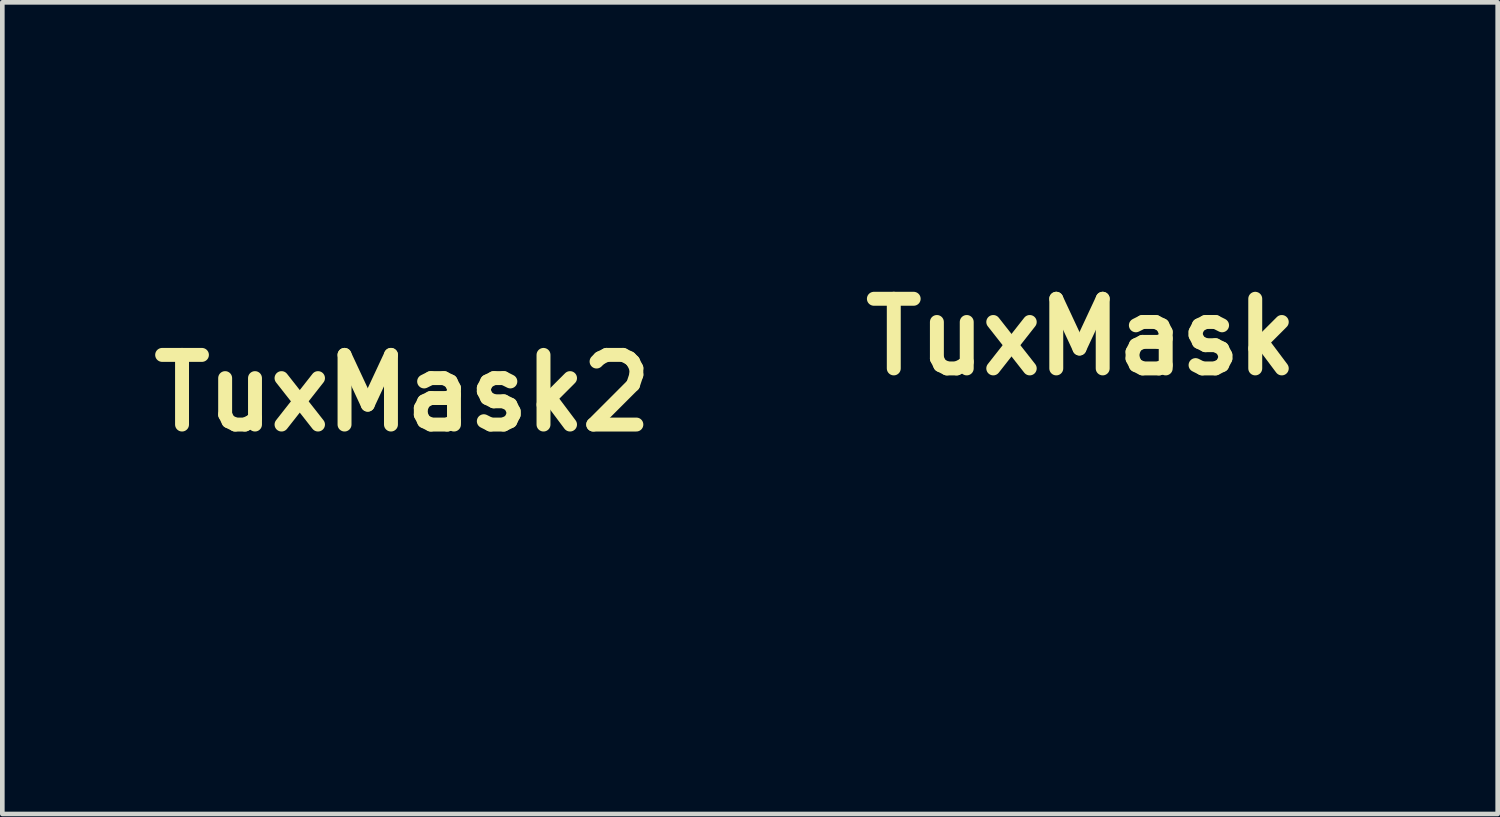
<source format=kicad_pcb>
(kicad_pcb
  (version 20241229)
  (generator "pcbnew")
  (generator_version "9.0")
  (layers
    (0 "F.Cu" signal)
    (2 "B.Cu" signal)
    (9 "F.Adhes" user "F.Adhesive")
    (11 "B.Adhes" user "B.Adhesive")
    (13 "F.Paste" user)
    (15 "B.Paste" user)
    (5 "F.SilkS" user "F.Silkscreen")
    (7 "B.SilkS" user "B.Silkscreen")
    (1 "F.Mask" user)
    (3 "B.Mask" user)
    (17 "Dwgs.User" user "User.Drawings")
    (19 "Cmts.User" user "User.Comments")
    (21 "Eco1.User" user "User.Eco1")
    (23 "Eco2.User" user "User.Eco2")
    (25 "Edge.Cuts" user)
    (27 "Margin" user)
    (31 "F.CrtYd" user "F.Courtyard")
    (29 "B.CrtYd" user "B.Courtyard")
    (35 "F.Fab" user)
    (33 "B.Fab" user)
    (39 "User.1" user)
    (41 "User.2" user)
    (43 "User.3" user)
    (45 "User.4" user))
  (footprint "TuxMask"
    (layer "F.Cu")
    (at 20.237 4.207)
    (property "Reference" "TuxMask" (at 0 0 0) (layer "F.SilkS") (effects (font (size 1.5 1.5) (thickness 0.3))))
    (attr board_only exclude_from_pos_files exclude_from_bom)
    (fp_poly (pts (xy -0.371 -4.206) (xy -0.335 -4.204) (xy -0.207 -4.194) (xy -0.089 -4.173) (xy 0.026 -4.137) (xy 0.149 -4.084) (xy 0.289 -4.01) (xy 0.317 -3.994) (xy 0.41 -3.944) (xy 0.51 -3.894) (xy 0.601 -3.852) (xy 0.647 -3.834) (xy 0.81 -3.772) (xy 0.941 -3.72) (xy 1.046 -3.677) (xy 1.127 -3.639) (xy 1.19 -3.604) (xy 1.237 -3.571) (xy 1.274 -3.537) (xy 1.304 -3.5) (xy 1.325 -3.468) (xy 1.361 -3.378) (xy 1.369 -3.274) (xy 1.349 -3.166) (xy 1.325 -3.105) (xy 1.248 -2.987) (xy 1.138 -2.875) (xy 1 -2.774) (xy 0.838 -2.688) (xy 0.742 -2.648) (xy 0.669 -2.616) (xy 0.574 -2.57) (xy 0.469 -2.515) (xy 0.366 -2.457) (xy 0.338 -2.44) (xy 0.211 -2.366) (xy 0.108 -2.309) (xy 0.022 -2.268) (xy -0.055 -2.24) (xy -0.131 -2.221) (xy -0.211 -2.211) (xy -0.305 -2.205) (xy -0.335 -2.204) (xy -0.468 -2.203) (xy -0.566 -2.21) (xy -0.624 -2.222) (xy -0.715 -2.258) (xy -0.801 -2.304) (xy -0.892 -2.366) (xy -0.995 -2.449) (xy -1.019 -2.47) (xy -1.101 -2.538) (xy -1.189 -2.607) (xy -1.27 -2.667) (xy -1.313 -2.697) (xy -1.419 -2.768) (xy -1.499 -2.827) (xy -1.56 -2.882) (xy -1.611 -2.939) (xy -1.657 -3.003) (xy -1.717 -3.109) (xy -1.743 -3.206) (xy -1.737 -3.299) (xy -1.721 -3.349) (xy -1.704 -3.385) (xy -1.678 -3.42) (xy -1.638 -3.46) (xy -1.58 -3.51) (xy -1.497 -3.574) (xy -1.464 -3.599) (xy -1.373 -3.668) (xy -1.283 -3.74) (xy -1.201 -3.806) (xy -1.138 -3.86) (xy -1.127 -3.87) (xy -0.989 -3.983) (xy -0.848 -4.077) (xy -0.712 -4.148) (xy -0.651 -4.172) (xy -0.587 -4.191) (xy -0.527 -4.202) (xy -0.459 -4.207)) (stroke (width 0) (type solid)) (fill yes) (layer "F.Mask"))
    (fp_poly (pts (xy -3.89 2.756) (xy -3.778 2.787) (xy -3.67 2.842) (xy -3.56 2.925) (xy -3.454 3.024) (xy -3.414 3.066) (xy -3.378 3.105) (xy -3.345 3.145) (xy -3.312 3.191) (xy -3.275 3.246) (xy -3.234 3.315) (xy -3.184 3.402) (xy -3.123 3.51) (xy -3.05 3.645) (xy -2.991 3.752) (xy -2.892 3.934) (xy -2.807 4.088) (xy -2.733 4.219) (xy -2.667 4.332) (xy -2.606 4.431) (xy -2.546 4.523) (xy -2.485 4.611) (xy -2.42 4.7) (xy -2.346 4.797) (xy -2.262 4.905) (xy -2.208 4.972) (xy -2.038 5.19) (xy -1.895 5.385) (xy -1.776 5.559) (xy -1.68 5.715) (xy -1.607 5.853) (xy -1.555 5.977) (xy -1.523 6.089) (xy -1.509 6.191) (xy -1.509 6.219) (xy -1.517 6.308) (xy -1.537 6.415) (xy -1.567 6.524) (xy -1.601 6.619) (xy -1.612 6.643) (xy -1.695 6.772) (xy -1.808 6.883) (xy -1.947 6.973) (xy -2.108 7.043) (xy -2.287 7.089) (xy -2.481 7.112) (xy -2.687 7.109) (xy -2.765 7.101) (xy -2.972 7.065) (xy -3.189 7.006) (xy -3.419 6.923) (xy -3.668 6.815) (xy -3.803 6.754) (xy -3.924 6.702) (xy -4.039 6.659) (xy -4.153 6.622) (xy -4.273 6.591) (xy -4.403 6.563) (xy -4.552 6.538) (xy -4.723 6.512) (xy -4.925 6.486) (xy -4.98 6.479) (xy -5.195 6.451) (xy -5.376 6.423) (xy -5.525 6.395) (xy -5.648 6.365) (xy -5.745 6.332) (xy -5.822 6.295) (xy -5.881 6.252) (xy -5.924 6.203) (xy -5.956 6.146) (xy -5.969 6.114) (xy -5.992 6.01) (xy -5.995 5.885) (xy -5.976 5.735) (xy -5.936 5.559) (xy -5.893 5.413) (xy -5.869 5.322) (xy -5.854 5.23) (xy -5.848 5.129) (xy -5.853 5.013) (xy -5.866 4.874) (xy -5.886 4.727) (xy -5.909 4.542) (xy -5.918 4.389) (xy -5.913 4.264) (xy -5.893 4.164) (xy -5.869 4.102) (xy -5.822 4.022) (xy -5.769 3.956) (xy -5.702 3.898) (xy -5.618 3.846) (xy -5.509 3.796) (xy -5.371 3.742) (xy -5.331 3.728) (xy -5.208 3.683) (xy -5.109 3.642) (xy -5.026 3.598) (xy -4.952 3.548) (xy -4.883 3.487) (xy -4.81 3.409) (xy -4.729 3.309) (xy -4.646 3.202) (xy -4.542 3.069) (xy -4.454 2.965) (xy -4.377 2.885) (xy -4.308 2.826) (xy -4.241 2.787) (xy -4.172 2.762) (xy -4.097 2.75) (xy -4.013 2.747)) (stroke (width 0) (type solid)) (fill yes) (layer "F.Mask"))
    (fp_poly (pts (xy 2.729 2.723) (xy 2.737 2.745) (xy 2.747 2.793) (xy 2.757 2.847) (xy 2.799 3.02) (xy 2.864 3.178) (xy 2.95 3.317) (xy 3.053 3.432) (xy 3.17 3.518) (xy 3.218 3.543) (xy 3.335 3.575) (xy 3.47 3.58) (xy 3.619 3.559) (xy 3.776 3.514) (xy 3.937 3.445) (xy 4.097 3.355) (xy 4.251 3.246) (xy 4.321 3.187) (xy 4.434 3.087) (xy 4.633 3.095) (xy 4.764 3.104) (xy 4.867 3.124) (xy 4.953 3.157) (xy 5.03 3.207) (xy 5.078 3.246) (xy 5.127 3.299) (xy 5.172 3.364) (xy 5.212 3.446) (xy 5.252 3.55) (xy 5.292 3.681) (xy 5.335 3.844) (xy 5.335 3.848) (xy 5.374 3.997) (xy 5.408 4.116) (xy 5.441 4.212) (xy 5.476 4.292) (xy 5.516 4.363) (xy 5.564 4.432) (xy 5.622 4.505) (xy 5.624 4.506) (xy 5.755 4.672) (xy 5.855 4.82) (xy 5.924 4.953) (xy 5.962 5.071) (xy 5.971 5.177) (xy 5.951 5.272) (xy 5.913 5.344) (xy 5.879 5.386) (xy 5.835 5.428) (xy 5.776 5.474) (xy 5.699 5.524) (xy 5.602 5.581) (xy 5.479 5.647) (xy 5.328 5.725) (xy 5.222 5.778) (xy 5.017 5.883) (xy 4.842 5.978) (xy 4.692 6.066) (xy 4.563 6.15) (xy 4.45 6.233) (xy 4.348 6.319) (xy 4.253 6.409) (xy 4.236 6.427) (xy 4.115 6.552) (xy 4.016 6.653) (xy 3.933 6.734) (xy 3.864 6.8) (xy 3.804 6.853) (xy 3.749 6.898) (xy 3.695 6.938) (xy 3.682 6.948) (xy 3.515 7.054) (xy 3.34 7.145) (xy 3.169 7.215) (xy 3.138 7.225) (xy 3.031 7.25) (xy 2.906 7.267) (xy 2.775 7.276) (xy 2.65 7.274) (xy 2.542 7.263) (xy 2.497 7.253) (xy 2.322 7.185) (xy 2.165 7.085) (xy 2.028 6.956) (xy 1.917 6.802) (xy 1.902 6.776) (xy 1.857 6.684) (xy 1.823 6.589) (xy 1.801 6.489) (xy 1.791 6.379) (xy 1.793 6.256) (xy 1.807 6.117) (xy 1.835 5.957) (xy 1.875 5.774) (xy 1.928 5.564) (xy 1.995 5.322) (xy 2 5.305) (xy 2.049 5.131) (xy 2.089 4.985) (xy 2.121 4.862) (xy 2.145 4.755) (xy 2.163 4.658) (xy 2.177 4.564) (xy 2.187 4.467) (xy 2.195 4.359) (xy 2.199 4.302) (xy 2.217 4.037) (xy 2.239 3.806) (xy 2.264 3.606) (xy 2.294 3.433) (xy 2.33 3.284) (xy 2.371 3.155) (xy 2.42 3.044) (xy 2.476 2.946) (xy 2.504 2.906) (xy 2.546 2.856) (xy 2.596 2.807) (xy 2.647 2.764) (xy 2.692 2.733) (xy 2.722 2.721)) (stroke (width 0) (type solid)) (fill yes) (layer "F.Mask")))
  (footprint "TuxMask2"
    (layer "F.Cu")
    (at 5.621 5.416)
    (property "Reference" "TuxMask2" (at 0 0 0) (layer "F.SilkS") (effects (font (size 1.5 1.5) (thickness 0.3))))
    (attr board_only exclude_from_pos_files exclude_from_bom)
    (fp_poly (pts (xy -1.093 -5.256) (xy -1.048 -5.239) (xy -0.944 -5.17) (xy -0.852 -5.071) (xy -0.773 -4.947) (xy -0.712 -4.804) (xy -0.671 -4.647) (xy -0.653 -4.482) (xy -0.652 -4.442) (xy -0.652 -4.292) (xy -0.795 -4.227) (xy -0.861 -4.197) (xy -0.914 -4.173) (xy -0.945 -4.159) (xy -0.948 -4.157) (xy -0.954 -4.172) (xy -0.959 -4.215) (xy -0.963 -4.276) (xy -0.963 -4.278) (xy -0.978 -4.409) (xy -1.012 -4.524) (xy -1.062 -4.618) (xy -1.127 -4.685) (xy -1.17 -4.71) (xy -1.236 -4.719) (xy -1.3 -4.693) (xy -1.358 -4.635) (xy -1.382 -4.595) (xy -1.411 -4.514) (xy -1.425 -4.411) (xy -1.427 -4.297) (xy -1.415 -4.185) (xy -1.39 -4.088) (xy -1.381 -4.066) (xy -1.35 -4.006) (xy -1.318 -3.956) (xy -1.302 -3.937) (xy -1.275 -3.908) (xy -1.266 -3.891) (xy -1.28 -3.874) (xy -1.314 -3.844) (xy -1.359 -3.808) (xy -1.405 -3.774) (xy -1.442 -3.75) (xy -1.458 -3.743) (xy -1.475 -3.756) (xy -1.506 -3.788) (xy -1.519 -3.803) (xy -1.597 -3.919) (xy -1.659 -4.061) (xy -1.704 -4.221) (xy -1.728 -4.388) (xy -1.732 -4.478) (xy -1.719 -4.659) (xy -1.685 -4.824) (xy -1.63 -4.97) (xy -1.557 -5.092) (xy -1.466 -5.187) (xy -1.392 -5.235) (xy -1.3 -5.265) (xy -1.194 -5.272)) (stroke (width 0) (type solid)) (fill yes) (layer "F.Mask"))
    (fp_poly (pts (xy 0.699 -5.414) (xy 0.815 -5.391) (xy 0.844 -5.382) (xy 0.97 -5.315) (xy 1.085 -5.218) (xy 1.187 -5.094) (xy 1.271 -4.949) (xy 1.332 -4.789) (xy 1.352 -4.709) (xy 1.371 -4.57) (xy 1.373 -4.416) (xy 1.36 -4.262) (xy 1.333 -4.124) (xy 1.325 -4.097) (xy 1.295 -4.016) (xy 1.258 -3.936) (xy 1.218 -3.863) (xy 1.18 -3.807) (xy 1.148 -3.773) (xy 1.136 -3.768) (xy 1.107 -3.773) (xy 1.054 -3.79) (xy 0.984 -3.815) (xy 0.94 -3.832) (xy 0.868 -3.861) (xy 0.809 -3.886) (xy 0.773 -3.901) (xy 0.765 -3.905) (xy 0.771 -3.921) (xy 0.798 -3.953) (xy 0.814 -3.971) (xy 0.873 -4.055) (xy 0.91 -4.157) (xy 0.928 -4.269) (xy 0.926 -4.387) (xy 0.907 -4.503) (xy 0.871 -4.611) (xy 0.819 -4.705) (xy 0.754 -4.777) (xy 0.676 -4.822) (xy 0.656 -4.828) (xy 0.575 -4.83) (xy 0.499 -4.799) (xy 0.429 -4.739) (xy 0.368 -4.656) (xy 0.321 -4.553) (xy 0.291 -4.434) (xy 0.279 -4.305) (xy 0.279 -4.302) (xy 0.279 -4.155) (xy 0.2 -4.19) (xy 0.137 -4.214) (xy 0.059 -4.241) (xy 0.005 -4.257) (xy -0.11 -4.289) (xy -0.122 -4.37) (xy -0.128 -4.487) (xy -0.114 -4.624) (xy -0.084 -4.767) (xy -0.04 -4.905) (xy 0.015 -5.027) (xy 0.039 -5.068) (xy 0.109 -5.16) (xy 0.198 -5.249) (xy 0.292 -5.325) (xy 0.356 -5.365) (xy 0.456 -5.4) (xy 0.575 -5.416)) (stroke (width 0) (type solid)) (fill yes) (layer "F.Mask"))
    (fp_poly (pts (xy 1.385 -2.942) (xy 1.393 -2.915) (xy 1.409 -2.859) (xy 1.431 -2.782) (xy 1.457 -2.693) (xy 1.463 -2.672) (xy 1.541 -2.415) (xy 1.634 -2.137) (xy 1.743 -1.834) (xy 1.87 -1.503) (xy 1.871 -1.499) (xy 1.952 -1.296) (xy 2.024 -1.118) (xy 2.091 -0.959) (xy 2.158 -0.809) (xy 2.226 -0.659) (xy 2.302 -0.501) (xy 2.388 -0.326) (xy 2.453 -0.196) (xy 2.58 0.062) (xy 2.69 0.293) (xy 2.784 0.502) (xy 2.864 0.697) (xy 2.933 0.881) (xy 2.993 1.061) (xy 3.046 1.24) (xy 3.093 1.426) (xy 3.117 1.527) (xy 3.16 1.723) (xy 3.298 1.736) (xy 3.368 1.741) (xy 3.424 1.744) (xy 3.455 1.742) (xy 3.457 1.742) (xy 3.471 1.722) (xy 3.491 1.675) (xy 3.513 1.609) (xy 3.521 1.58) (xy 3.539 1.513) (xy 3.551 1.452) (xy 3.559 1.385) (xy 3.563 1.306) (xy 3.565 1.203) (xy 3.565 1.127) (xy 3.564 1.005) (xy 3.561 0.911) (xy 3.555 0.834) (xy 3.545 0.763) (xy 3.529 0.688) (xy 3.516 0.632) (xy 3.418 0.32) (xy 3.288 0.02) (xy 3.126 -0.264) (xy 2.936 -0.527) (xy 2.854 -0.623) (xy 2.776 -0.711) (xy 2.722 -0.777) (xy 2.687 -0.823) (xy 2.669 -0.856) (xy 2.667 -0.878) (xy 2.675 -0.895) (xy 2.677 -0.897) (xy 2.693 -0.903) (xy 2.719 -0.892) (xy 2.758 -0.861) (xy 2.816 -0.806) (xy 2.832 -0.791) (xy 3.041 -0.562) (xy 3.234 -0.305) (xy 3.407 -0.027) (xy 3.555 0.266) (xy 3.675 0.566) (xy 3.722 0.717) (xy 3.763 0.883) (xy 3.792 1.062) (xy 3.81 1.244) (xy 3.817 1.421) (xy 3.811 1.587) (xy 3.794 1.732) (xy 3.771 1.825) (xy 3.772 1.843) (xy 3.79 1.863) (xy 3.831 1.889) (xy 3.899 1.925) (xy 3.936 1.943) (xy 4.121 2.041) (xy 4.284 2.144) (xy 4.423 2.249) (xy 4.534 2.354) (xy 4.614 2.455) (xy 4.634 2.491) (xy 4.671 2.593) (xy 4.687 2.707) (xy 4.681 2.814) (xy 4.679 2.821) (xy 4.666 2.869) (xy 4.645 2.892) (xy 4.606 2.9) (xy 4.596 2.901) (xy 4.528 2.907) (xy 4.538 2.799) (xy 4.533 2.69) (xy 4.498 2.591) (xy 4.43 2.495) (xy 4.328 2.401) (xy 4.31 2.388) (xy 4.207 2.318) (xy 4.079 2.244) (xy 3.937 2.171) (xy 3.794 2.106) (xy 3.659 2.055) (xy 3.618 2.041) (xy 3.432 1.994) (xy 3.269 1.977) (xy 3.128 1.989) (xy 3.01 2.03) (xy 2.914 2.101) (xy 2.84 2.202) (xy 2.787 2.332) (xy 2.778 2.365) (xy 2.761 2.432) (xy 2.744 2.475) (xy 2.72 2.502) (xy 2.681 2.527) (xy 2.644 2.545) (xy 2.581 2.584) (xy 2.507 2.64) (xy 2.437 2.702) (xy 2.427 2.712) (xy 2.348 2.802) (xy 2.279 2.905) (xy 2.219 3.022) (xy 2.168 3.158) (xy 2.125 3.315) (xy 2.089 3.497) (xy 2.058 3.706) (xy 2.033 3.946) (xy 2.013 4.219) (xy 2.011 4.245) (xy 2.002 4.375) (xy 1.994 4.48) (xy 1.984 4.57) (xy 1.971 4.653) (xy 1.954 4.738) (xy 1.93 4.836) (xy 1.898 4.954) (xy 1.877 5.035) (xy 1.801 5.312) (xy 1.65 5.41) (xy 1.421 5.544) (xy 1.171 5.667) (xy 0.91 5.774) (xy 0.65 5.859) (xy 0.468 5.905) (xy 0.373 5.922) (xy 0.269 5.935) (xy 0.147 5.943) (xy -0.002 5.949) (xy -0.047 5.95) (xy -0.156 5.952) (xy -0.254 5.953) (xy -0.333 5.953) (xy -0.388 5.952) (xy -0.41 5.95) (xy -0.441 5.944) (xy -0.497 5.934) (xy -0.568 5.923) (xy -0.577 5.921) (xy -0.709 5.894) (xy -0.85 5.854) (xy -0.994 5.805) (xy -1.136 5.749) (xy -1.27 5.688) (xy -1.39 5.625) (xy -1.491 5.562) (xy -1.567 5.503) (xy -1.61 5.453) (xy -1.634 5.416) (xy -1.676 5.357) (xy -1.73 5.282) (xy -1.792 5.2) (xy -1.819 5.164) (xy -1.991 4.937) (xy -1.904 4.925) (xy -1.761 4.893) (xy -1.646 4.839) (xy -1.56 4.763) (xy -1.505 4.668) (xy -1.481 4.556) (xy -1.489 4.432) (xy -1.536 4.272) (xy -1.619 4.105) (xy -1.737 3.932) (xy -1.889 3.755) (xy -2.073 3.574) (xy -2.29 3.39) (xy -2.539 3.204) (xy -2.747 3.062) (xy -2.957 2.915) (xy -3.134 2.769) (xy -3.279 2.621) (xy -3.396 2.468) (xy -3.486 2.306) (xy -3.554 2.131) (xy -3.601 1.94) (xy -3.605 1.916) (xy -3.627 1.693) (xy -3.621 1.451) (xy -3.585 1.192) (xy -3.521 0.92) (xy -3.463 0.733) (xy -3.427 0.637) (xy -3.381 0.525) (xy -3.325 0.399) (xy -3.262 0.265) (xy -3.195 0.126) (xy -3.125 -0.013) (xy -3.055 -0.148) (xy -2.987 -0.276) (xy -2.923 -0.391) (xy -2.864 -0.49) (xy -2.814 -0.569) (xy -2.774 -0.624) (xy -2.747 -0.65) (xy -2.742 -0.652) (xy -2.731 -0.65) (xy -2.726 -0.641) (xy -2.728 -0.623) (xy -2.737 -0.591) (xy -2.757 -0.543) (xy -2.787 -0.476) (xy -2.829 -0.385) (xy -2.885 -0.268) (xy -2.956 -0.122) (xy -2.97 -0.093) (xy -3.077 0.131) (xy -3.165 0.329) (xy -3.237 0.506) (xy -3.293 0.666) (xy -3.336 0.815) (xy -3.366 0.958) (xy -3.385 1.1) (xy -3.394 1.247) (xy -3.396 1.387) (xy -3.391 1.555) (xy -3.378 1.696) (xy -3.352 1.823) (xy -3.314 1.945) (xy -3.259 2.075) (xy -3.23 2.135) (xy -3.18 2.232) (xy -3.144 2.296) (xy -3.118 2.328) (xy -3.102 2.329) (xy -3.094 2.302) (xy -3.091 2.247) (xy -3.091 2.241) (xy -3.085 2.112) (xy -3.069 1.956) (xy -3.042 1.782) (xy -3.008 1.597) (xy -2.967 1.409) (xy -2.921 1.228) (xy -2.906 1.173) (xy -2.869 1.051) (xy -2.827 0.926) (xy -2.778 0.794) (xy -2.72 0.649) (xy -2.652 0.487) (xy -2.57 0.302) (xy -2.474 0.09) (xy -2.449 0.037) (xy -2.294 -0.303) (xy -2.157 -0.615) (xy -2.036 -0.9) (xy -1.932 -1.163) (xy -1.842 -1.405) (xy -1.766 -1.631) (xy -1.702 -1.843) (xy -1.65 -2.043) (xy -1.609 -2.236) (xy -1.578 -2.424) (xy -1.563 -2.533) (xy -1.554 -2.609) (xy -1.546 -2.669) (xy -1.54 -2.706) (xy -1.539 -2.713) (xy -1.52 -2.707) (xy -1.479 -2.683) (xy -1.42 -2.644) (xy -1.351 -2.595) (xy -1.276 -2.54) (xy -1.203 -2.483) (xy -1.136 -2.43) (xy -1.117 -2.414) (xy -0.972 -2.296) (xy -0.84 -2.207) (xy -0.714 -2.145) (xy -0.587 -2.107) (xy -0.454 -2.089) (xy -0.307 -2.091) (xy -0.3 -2.091) (xy -0.174 -2.106) (xy -0.052 -2.135) (xy 0.073 -2.18) (xy 0.209 -2.245) (xy 0.363 -2.333) (xy 0.386 -2.347) (xy 0.48 -2.403) (xy 0.572 -2.454) (xy 0.653 -2.496) (xy 0.714 -2.524) (xy 0.731 -2.531) (xy 0.903 -2.602) (xy 1.065 -2.692) (xy 1.206 -2.795) (xy 1.307 -2.893) (xy 1.349 -2.936) (xy 1.374 -2.951)) (stroke (width 0) (type solid)) (fill yes) (layer "F.Mask")))
  (gr_rect
    (start -3 -3)
    (end 29.209 14.482)
    (stroke (width 0.1) (type default))
    (fill no)
    (layer "Edge.Cuts")))
</source>
